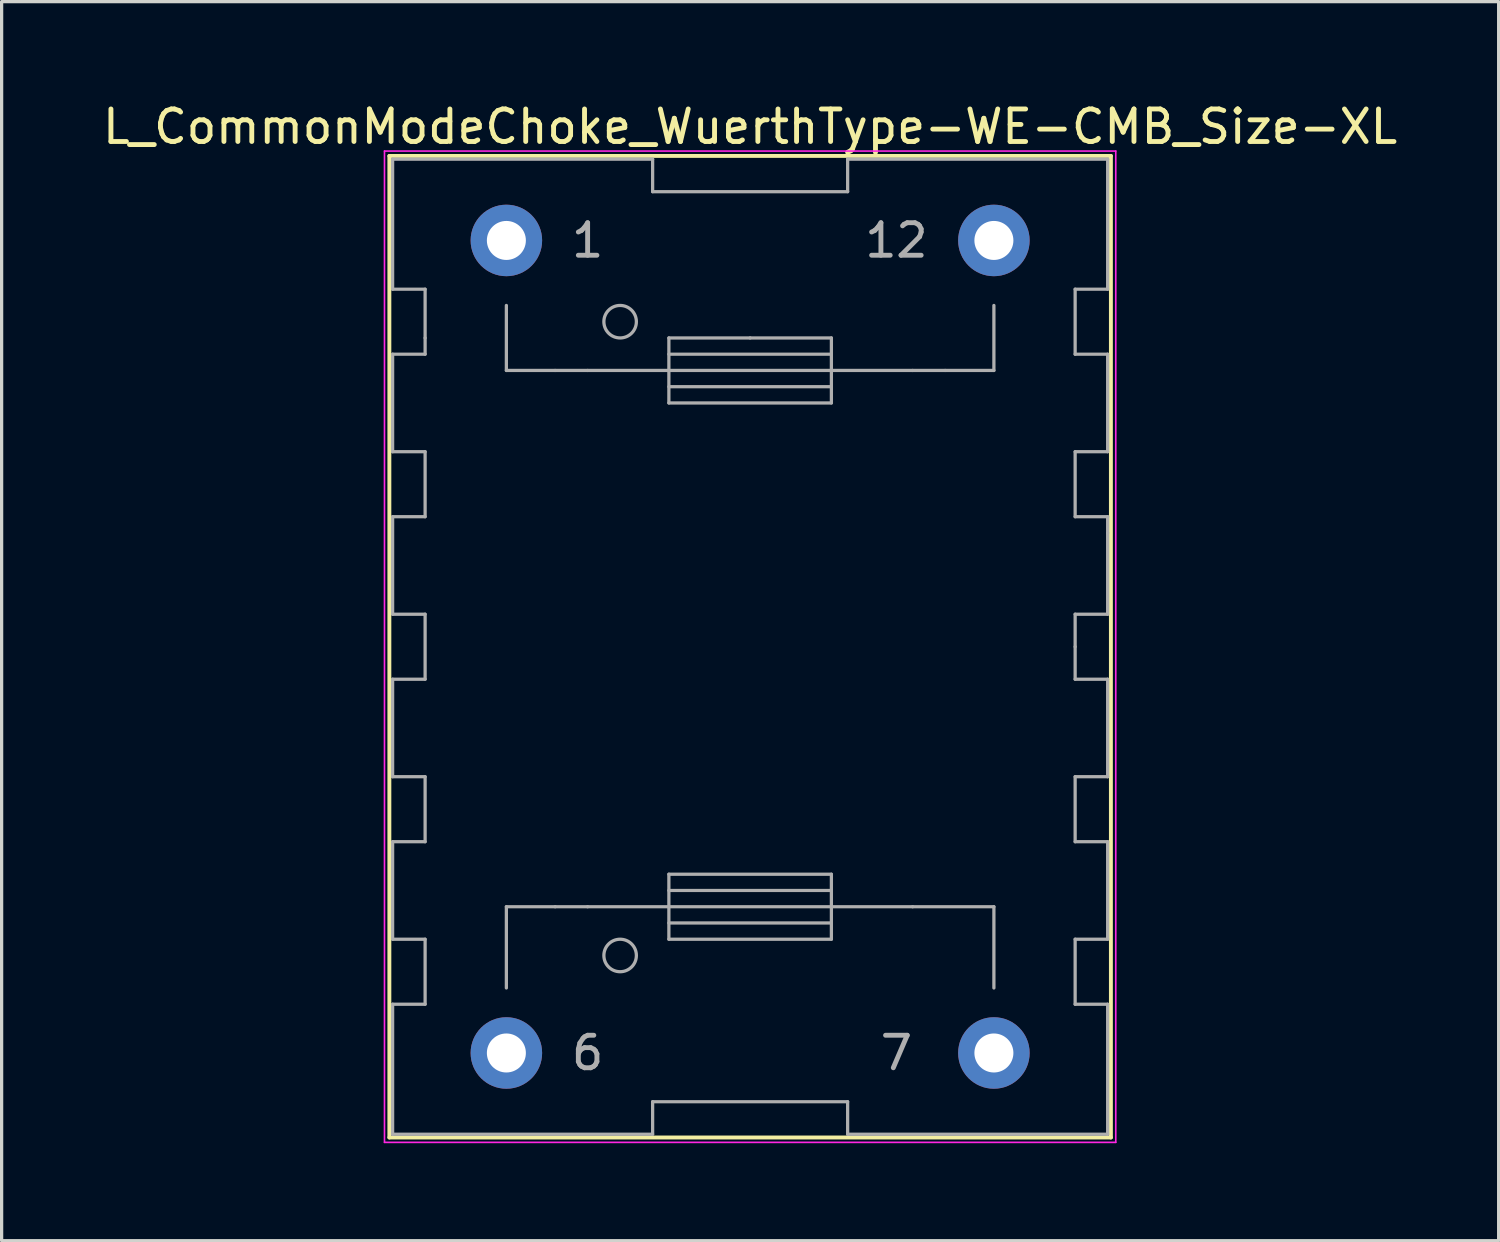
<source format=kicad_pcb>
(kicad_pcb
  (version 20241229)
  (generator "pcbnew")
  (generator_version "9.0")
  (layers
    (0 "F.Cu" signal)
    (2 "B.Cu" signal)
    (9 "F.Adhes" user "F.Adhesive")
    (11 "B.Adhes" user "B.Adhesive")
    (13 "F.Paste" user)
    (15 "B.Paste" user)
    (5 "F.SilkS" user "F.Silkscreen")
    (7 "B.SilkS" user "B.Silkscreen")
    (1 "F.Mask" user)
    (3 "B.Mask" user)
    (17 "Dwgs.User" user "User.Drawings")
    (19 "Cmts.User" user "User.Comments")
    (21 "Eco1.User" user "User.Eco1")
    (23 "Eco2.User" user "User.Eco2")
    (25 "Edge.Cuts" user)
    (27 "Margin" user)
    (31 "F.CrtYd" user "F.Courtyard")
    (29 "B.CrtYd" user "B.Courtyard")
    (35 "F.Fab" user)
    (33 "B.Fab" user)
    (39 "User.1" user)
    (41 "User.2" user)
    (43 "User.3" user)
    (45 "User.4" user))
  (footprint "L_CommonModeChoke_WuerthType-WE-CMB_Size-XL"
    (layer "F.Cu")
    (at 12.53 4.348)
    (property "Reference" "L_CommonModeChoke_WuerthType-WE-CMB_Size-XL" (at 7.5 -3.5 0) (layer "F.SilkS") (effects (font (size 1 1) (thickness 0.15))))
    (attr through_hole)
    (fp_line (start -3.6 -2.6) (end -3.6 27.6) (stroke (width 0.12) (type solid)) (layer "F.SilkS"))
    (fp_line (start -3.6 27.6) (end 18.6 27.6) (stroke (width 0.12) (type solid)) (layer "F.SilkS"))
    (fp_line (start 18.6 -2.6) (end -3.6 -2.6) (stroke (width 0.12) (type solid)) (layer "F.SilkS"))
    (fp_line (start 18.6 27.6) (end 18.6 -2.6) (stroke (width 0.12) (type solid)) (layer "F.SilkS"))
    (fp_line (start -3.75 -2.75) (end 18.75 -2.75) (stroke (width 0.05) (type solid)) (layer "F.CrtYd"))
    (fp_line (start -3.75 27.75) (end -3.75 -2.75) (stroke (width 0.05) (type solid)) (layer "F.CrtYd"))
    (fp_line (start 18.75 -2.75) (end 18.75 27.75) (stroke (width 0.05) (type solid)) (layer "F.CrtYd"))
    (fp_line (start 18.75 27.75) (end -3.75 27.75) (stroke (width 0.05) (type solid)) (layer "F.CrtYd"))
    (fp_line (start -3.5 -2.5) (end -3.5 1.5) (stroke (width 0.1) (type solid)) (layer "F.Fab"))
    (fp_line (start -3.5 1.5) (end -2.5 1.5) (stroke (width 0.1) (type solid)) (layer "F.Fab"))
    (fp_line (start -3.5 3.5) (end -3.5 6.5) (stroke (width 0.1) (type solid)) (layer "F.Fab"))
    (fp_line (start -3.5 6.5) (end -2.5 6.5) (stroke (width 0.1) (type solid)) (layer "F.Fab"))
    (fp_line (start -3.5 8.5) (end -3.5 11.5) (stroke (width 0.1) (type solid)) (layer "F.Fab"))
    (fp_line (start -3.5 11.5) (end -2.5 11.5) (stroke (width 0.1) (type solid)) (layer "F.Fab"))
    (fp_line (start -3.5 13.5) (end -3.5 16.5) (stroke (width 0.1) (type solid)) (layer "F.Fab"))
    (fp_line (start -3.5 16.5) (end -2.5 16.5) (stroke (width 0.1) (type solid)) (layer "F.Fab"))
    (fp_line (start -3.5 18.5) (end -3.5 21.5) (stroke (width 0.1) (type solid)) (layer "F.Fab"))
    (fp_line (start -3.5 21.5) (end -2.5 21.5) (stroke (width 0.1) (type solid)) (layer "F.Fab"))
    (fp_line (start -3.5 23.5) (end -3.5 27.5) (stroke (width 0.1) (type solid)) (layer "F.Fab"))
    (fp_line (start -2.5 1.5) (end -2.5 3) (stroke (width 0.1) (type solid)) (layer "F.Fab"))
    (fp_line (start -2.5 3) (end -2.5 3.5) (stroke (width 0.1) (type solid)) (layer "F.Fab"))
    (fp_line (start -2.5 3.5) (end -3.5 3.5) (stroke (width 0.1) (type solid)) (layer "F.Fab"))
    (fp_line (start -2.5 6.5) (end -2.5 8.5) (stroke (width 0.1) (type solid)) (layer "F.Fab"))
    (fp_line (start -2.5 8.5) (end -3.5 8.5) (stroke (width 0.1) (type solid)) (layer "F.Fab"))
    (fp_line (start -2.5 11.5) (end -2.5 13.5) (stroke (width 0.1) (type solid)) (layer "F.Fab"))
    (fp_line (start -2.5 13.5) (end -3.5 13.5) (stroke (width 0.1) (type solid)) (layer "F.Fab"))
    (fp_line (start -2.5 16.5) (end -2.5 18.5) (stroke (width 0.1) (type solid)) (layer "F.Fab"))
    (fp_line (start -2.5 18.5) (end -3.5 18.5) (stroke (width 0.1) (type solid)) (layer "F.Fab"))
    (fp_line (start -2.5 21.5) (end -2.5 23.5) (stroke (width 0.1) (type solid)) (layer "F.Fab"))
    (fp_line (start -2.5 23.5) (end -3.5 23.5) (stroke (width 0.1) (type solid)) (layer "F.Fab"))
    (fp_line (start 0 4) (end 0 2) (stroke (width 0.1) (type solid)) (layer "F.Fab"))
    (fp_line (start 0 20.5) (end 0 23) (stroke (width 0.1) (type solid)) (layer "F.Fab"))
    (fp_line (start 1.5 4) (end 0 4) (stroke (width 0.1) (type solid)) (layer "F.Fab"))
    (fp_line (start 1.5 20.5) (end 0 20.5) (stroke (width 0.1) (type solid)) (layer "F.Fab"))
    (fp_line (start 2.5 4) (end 1.5 4) (stroke (width 0.1) (type solid)) (layer "F.Fab"))
    (fp_line (start 2.5 20.5) (end 1.5 20.5) (stroke (width 0.1) (type solid)) (layer "F.Fab"))
    (fp_line (start 2.5 20.5) (end 5 20.5) (stroke (width 0.1) (type solid)) (layer "F.Fab"))
    (fp_line (start 4.5 -2.5) (end -3.5 -2.5) (stroke (width 0.1) (type solid)) (layer "F.Fab"))
    (fp_line (start 4.5 -1.5) (end 4.5 -2.5) (stroke (width 0.1) (type solid)) (layer "F.Fab"))
    (fp_line (start 4.5 26.5) (end 4.5 27.5) (stroke (width 0.1) (type solid)) (layer "F.Fab"))
    (fp_line (start 4.5 27.5) (end -3.5 27.5) (stroke (width 0.1) (type solid)) (layer "F.Fab"))
    (fp_line (start 5 3) (end 7.5 3) (stroke (width 0.1) (type solid)) (layer "F.Fab"))
    (fp_line (start 5 4) (end 2.5 4) (stroke (width 0.1) (type solid)) (layer "F.Fab"))
    (fp_line (start 5 4) (end 10 4) (stroke (width 0.1) (type solid)) (layer "F.Fab"))
    (fp_line (start 5 4.5) (end 10 4.5) (stroke (width 0.1) (type solid)) (layer "F.Fab"))
    (fp_line (start 5 5) (end 5 3) (stroke (width 0.1) (type solid)) (layer "F.Fab"))
    (fp_line (start 5 19.5) (end 10 19.5) (stroke (width 0.1) (type solid)) (layer "F.Fab"))
    (fp_line (start 5 21) (end 10 21) (stroke (width 0.1) (type solid)) (layer "F.Fab"))
    (fp_line (start 5 21.5) (end 5 19.5) (stroke (width 0.1) (type solid)) (layer "F.Fab"))
    (fp_line (start 7.5 3) (end 10 3) (stroke (width 0.1) (type solid)) (layer "F.Fab"))
    (fp_line (start 10 3) (end 10 5) (stroke (width 0.1) (type solid)) (layer "F.Fab"))
    (fp_line (start 10 3.5) (end 5 3.5) (stroke (width 0.1) (type solid)) (layer "F.Fab"))
    (fp_line (start 10 4) (end 12.5 4) (stroke (width 0.1) (type solid)) (layer "F.Fab"))
    (fp_line (start 10 5) (end 5 5) (stroke (width 0.1) (type solid)) (layer "F.Fab"))
    (fp_line (start 10 19.5) (end 10 21.5) (stroke (width 0.1) (type solid)) (layer "F.Fab"))
    (fp_line (start 10 20) (end 5 20) (stroke (width 0.1) (type solid)) (layer "F.Fab"))
    (fp_line (start 10 20.5) (end 5 20.5) (stroke (width 0.1) (type solid)) (layer "F.Fab"))
    (fp_line (start 10 21.5) (end 5 21.5) (stroke (width 0.1) (type solid)) (layer "F.Fab"))
    (fp_line (start 10.5 -2.5) (end 10.5 -1.5) (stroke (width 0.1) (type solid)) (layer "F.Fab"))
    (fp_line (start 10.5 -1.5) (end 4.5 -1.5) (stroke (width 0.1) (type solid)) (layer "F.Fab"))
    (fp_line (start 10.5 26.5) (end 4.5 26.5) (stroke (width 0.1) (type solid)) (layer "F.Fab"))
    (fp_line (start 10.5 27.5) (end 10.5 26.5) (stroke (width 0.1) (type solid)) (layer "F.Fab"))
    (fp_line (start 12.5 4) (end 13.5 4) (stroke (width 0.1) (type solid)) (layer "F.Fab"))
    (fp_line (start 12.5 20.5) (end 10 20.5) (stroke (width 0.1) (type solid)) (layer "F.Fab"))
    (fp_line (start 12.5 20.5) (end 15 20.5) (stroke (width 0.1) (type solid)) (layer "F.Fab"))
    (fp_line (start 13.5 4) (end 15 4) (stroke (width 0.1) (type solid)) (layer "F.Fab"))
    (fp_line (start 15 4) (end 15 2) (stroke (width 0.1) (type solid)) (layer "F.Fab"))
    (fp_line (start 15 20.5) (end 15 23) (stroke (width 0.1) (type solid)) (layer "F.Fab"))
    (fp_line (start 17.5 1.5) (end 18.5 1.5) (stroke (width 0.1) (type solid)) (layer "F.Fab"))
    (fp_line (start 17.5 3.5) (end 17.5 1.5) (stroke (width 0.1) (type solid)) (layer "F.Fab"))
    (fp_line (start 17.5 6.5) (end 18.5 6.5) (stroke (width 0.1) (type solid)) (layer "F.Fab"))
    (fp_line (start 17.5 8.5) (end 17.5 6.5) (stroke (width 0.1) (type solid)) (layer "F.Fab"))
    (fp_line (start 17.5 11.5) (end 18.5 11.5) (stroke (width 0.1) (type solid)) (layer "F.Fab"))
    (fp_line (start 17.5 12.5) (end 17.5 11.5) (stroke (width 0.1) (type solid)) (layer "F.Fab"))
    (fp_line (start 17.5 12.5) (end 17.5 13.5) (stroke (width 0.1) (type solid)) (layer "F.Fab"))
    (fp_line (start 17.5 13.5) (end 18.5 13.5) (stroke (width 0.1) (type solid)) (layer "F.Fab"))
    (fp_line (start 17.5 16.5) (end 17.5 18.5) (stroke (width 0.1) (type solid)) (layer "F.Fab"))
    (fp_line (start 17.5 18.5) (end 18.5 18.5) (stroke (width 0.1) (type solid)) (layer "F.Fab"))
    (fp_line (start 17.5 21.5) (end 17.5 23.5) (stroke (width 0.1) (type solid)) (layer "F.Fab"))
    (fp_line (start 17.5 23.5) (end 18.5 23.5) (stroke (width 0.1) (type solid)) (layer "F.Fab"))
    (fp_line (start 18.5 -2.5) (end 10.5 -2.5) (stroke (width 0.1) (type solid)) (layer "F.Fab"))
    (fp_line (start 18.5 1.5) (end 18.5 -2.5) (stroke (width 0.1) (type solid)) (layer "F.Fab"))
    (fp_line (start 18.5 3.5) (end 17.5 3.5) (stroke (width 0.1) (type solid)) (layer "F.Fab"))
    (fp_line (start 18.5 6.5) (end 18.5 3.5) (stroke (width 0.1) (type solid)) (layer "F.Fab"))
    (fp_line (start 18.5 8.5) (end 17.5 8.5) (stroke (width 0.1) (type solid)) (layer "F.Fab"))
    (fp_line (start 18.5 9) (end 18.5 8.5) (stroke (width 0.1) (type solid)) (layer "F.Fab"))
    (fp_line (start 18.5 11.5) (end 18.5 9) (stroke (width 0.1) (type solid)) (layer "F.Fab"))
    (fp_line (start 18.5 13.5) (end 18.5 16.5) (stroke (width 0.1) (type solid)) (layer "F.Fab"))
    (fp_line (start 18.5 16.5) (end 17.5 16.5) (stroke (width 0.1) (type solid)) (layer "F.Fab"))
    (fp_line (start 18.5 18.5) (end 18.5 21.5) (stroke (width 0.1) (type solid)) (layer "F.Fab"))
    (fp_line (start 18.5 21.5) (end 17.5 21.5) (stroke (width 0.1) (type solid)) (layer "F.Fab"))
    (fp_line (start 18.5 23.5) (end 18.5 27.5) (stroke (width 0.1) (type solid)) (layer "F.Fab"))
    (fp_line (start 18.5 27.5) (end 10.5 27.5) (stroke (width 0.1) (type solid)) (layer "F.Fab"))
    (fp_circle (center 3.5 2.5) (end 4 2.5) (stroke (width 0.1) (type solid)) (fill no) (layer "F.Fab"))
    (fp_circle (center 3.5 22) (end 4 22) (stroke (width 0.1) (type solid)) (fill no) (layer "F.Fab"))
    (fp_text user "1" (at 2.5 0 0) (layer "F.Fab") (effects (font (size 1 1) (thickness 0.15))))
    (fp_text user "12" (at 12 0 0) (layer "F.Fab") (effects (font (size 1 1) (thickness 0.15))))
    (fp_text user "6" (at 2.5 25 0) (layer "F.Fab") (effects (font (size 1 1) (thickness 0.15))))
    (fp_text user "7" (at 12 25 0) (layer "F.Fab") (effects (font (size 1 1) (thickness 0.15))))
    (pad "1" thru_hole circle (at 0 0) (size 2.2 2.2) (drill 1.2) (layers "*.Cu" "*.Mask"))
    (pad "6" thru_hole circle (at 0 25) (size 2.2 2.2) (drill 1.2) (layers "*.Cu" "*.Mask"))
    (pad "7" thru_hole circle (at 15 25) (size 2.2 2.2) (drill 1.2) (layers "*.Cu" "*.Mask"))
    (pad "12" thru_hole circle (at 15 0) (size 2.2 2.2) (drill 1.2) (layers "*.Cu" "*.Mask")))
  (gr_rect
    (start -3 -3)
    (end 43.06 35.123)
    (stroke (width 0.1) (type default))
    (fill no)
    (layer "Edge.Cuts")))
</source>
